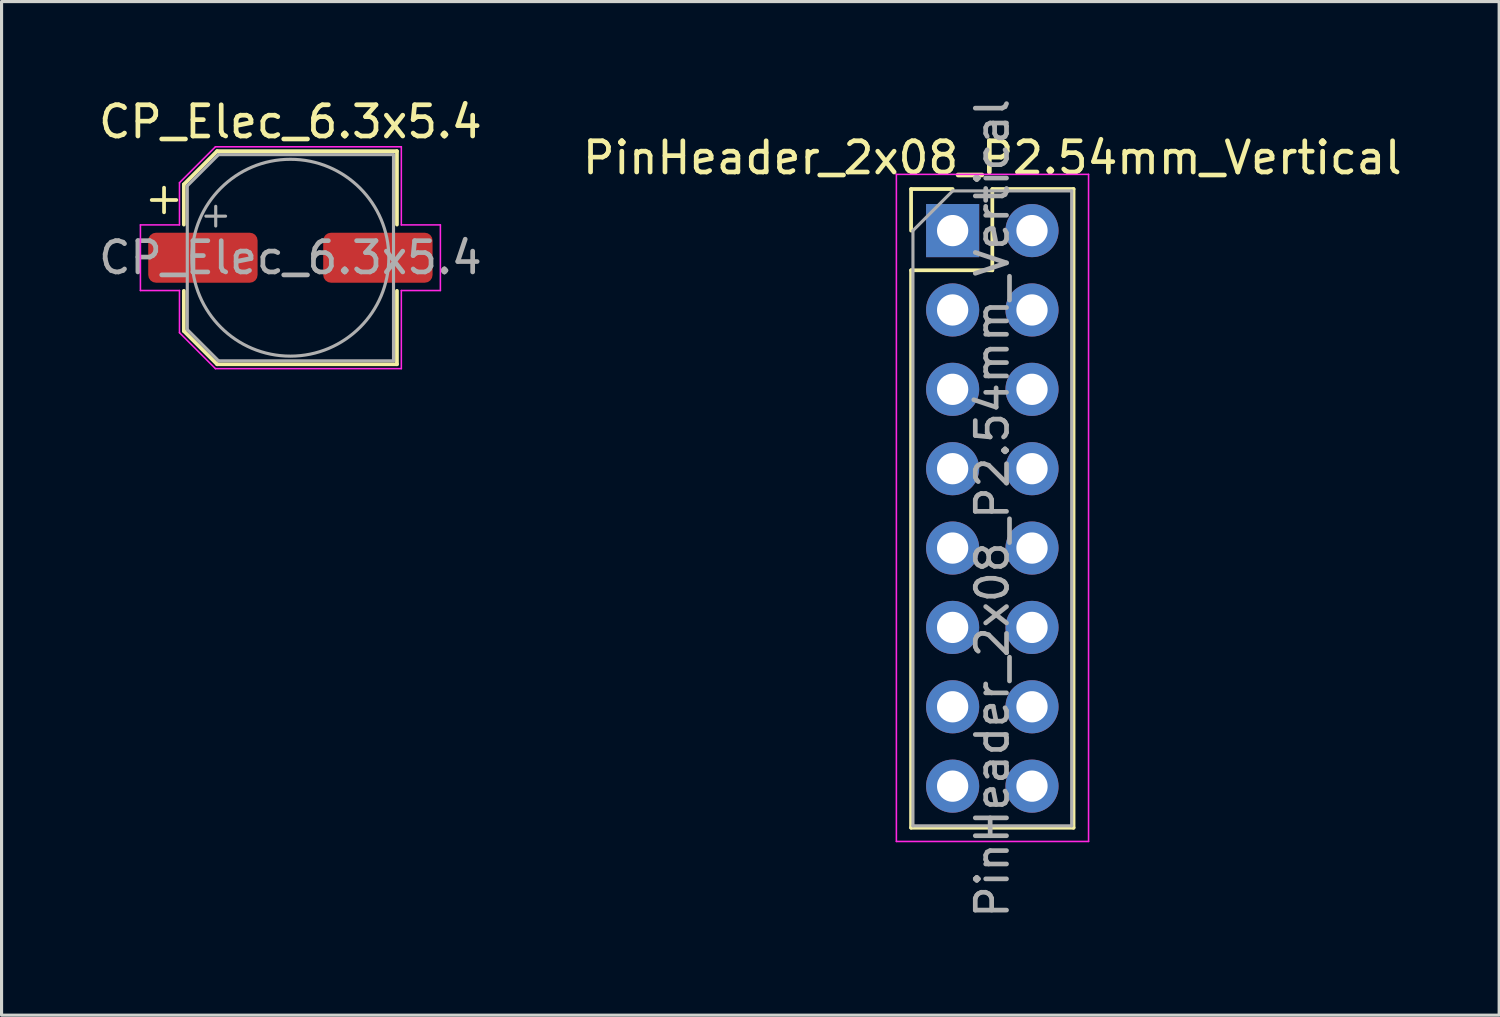
<source format=kicad_pcb>
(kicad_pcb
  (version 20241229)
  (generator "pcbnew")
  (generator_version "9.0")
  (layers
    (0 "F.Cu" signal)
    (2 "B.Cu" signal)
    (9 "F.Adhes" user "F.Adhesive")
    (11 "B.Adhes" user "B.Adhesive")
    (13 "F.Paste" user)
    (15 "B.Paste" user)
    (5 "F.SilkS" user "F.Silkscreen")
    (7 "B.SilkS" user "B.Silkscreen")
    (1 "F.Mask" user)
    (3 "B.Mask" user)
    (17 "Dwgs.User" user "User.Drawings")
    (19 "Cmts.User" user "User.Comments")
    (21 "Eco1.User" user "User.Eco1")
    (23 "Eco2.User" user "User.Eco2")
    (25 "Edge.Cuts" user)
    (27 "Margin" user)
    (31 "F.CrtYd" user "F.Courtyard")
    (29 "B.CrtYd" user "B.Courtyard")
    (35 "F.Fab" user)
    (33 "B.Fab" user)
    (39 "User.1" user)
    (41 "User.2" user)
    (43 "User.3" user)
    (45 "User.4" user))
  (footprint "PinHeader_2x08_P2.54mm_Vertical"
    (layer "F.Cu")
    (at 27.438 4.33)
    (property "Reference" "PinHeader_2x08_P2.54mm_Vertical" (at 1.27 -2.33 180) (layer "F.SilkS") (effects (font (size 1 1) (thickness 0.15))))
    (attr through_hole)
    (fp_line (start -1.33 -1.33) (end 0 -1.33) (stroke (width 0.12) (type solid)) (layer "F.SilkS"))
    (fp_line (start -1.33 0) (end -1.33 -1.33) (stroke (width 0.12) (type solid)) (layer "F.SilkS"))
    (fp_line (start -1.33 1.27) (end -1.33 19.11) (stroke (width 0.12) (type solid)) (layer "F.SilkS"))
    (fp_line (start -1.33 1.27) (end 1.27 1.27) (stroke (width 0.12) (type solid)) (layer "F.SilkS"))
    (fp_line (start -1.33 19.11) (end 3.87 19.11) (stroke (width 0.12) (type solid)) (layer "F.SilkS"))
    (fp_line (start 1.27 -1.33) (end 3.87 -1.33) (stroke (width 0.12) (type solid)) (layer "F.SilkS"))
    (fp_line (start 1.27 1.27) (end 1.27 -1.33) (stroke (width 0.12) (type solid)) (layer "F.SilkS"))
    (fp_line (start 3.87 -1.33) (end 3.87 19.11) (stroke (width 0.12) (type solid)) (layer "F.SilkS"))
    (fp_line (start -1.8 -1.8) (end -1.8 19.55) (stroke (width 0.05) (type solid)) (layer "F.CrtYd"))
    (fp_line (start -1.8 19.55) (end 4.35 19.55) (stroke (width 0.05) (type solid)) (layer "F.CrtYd"))
    (fp_line (start 4.35 -1.8) (end -1.8 -1.8) (stroke (width 0.05) (type solid)) (layer "F.CrtYd"))
    (fp_line (start 4.35 19.55) (end 4.35 -1.8) (stroke (width 0.05) (type solid)) (layer "F.CrtYd"))
    (fp_line (start -1.27 0) (end 0 -1.27) (stroke (width 0.1) (type solid)) (layer "F.Fab"))
    (fp_line (start -1.27 19.05) (end -1.27 0) (stroke (width 0.1) (type solid)) (layer "F.Fab"))
    (fp_line (start 0 -1.27) (end 3.81 -1.27) (stroke (width 0.1) (type solid)) (layer "F.Fab"))
    (fp_line (start 3.81 -1.27) (end 3.81 19.05) (stroke (width 0.1) (type solid)) (layer "F.Fab"))
    (fp_line (start 3.81 19.05) (end -1.27 19.05) (stroke (width 0.1) (type solid)) (layer "F.Fab"))
    (fp_text user "${REFERENCE}" (at 1.27 8.89 90) (layer "F.Fab") (effects (font (size 1 1) (thickness 0.15))))
    (pad "1" thru_hole rect (at 0 0) (size 1.7 1.7) (drill 1) (layers "*.Cu" "*.Mask"))
    (pad "2" thru_hole oval (at 2.54 0) (size 1.7 1.7) (drill 1) (layers "*.Cu" "*.Mask"))
    (pad "3" thru_hole oval (at 0 2.54) (size 1.7 1.7) (drill 1) (layers "*.Cu" "*.Mask"))
    (pad "4" thru_hole oval (at 2.54 2.54) (size 1.7 1.7) (drill 1) (layers "*.Cu" "*.Mask"))
    (pad "5" thru_hole oval (at 0 5.08) (size 1.7 1.7) (drill 1) (layers "*.Cu" "*.Mask"))
    (pad "6" thru_hole oval (at 2.54 5.08) (size 1.7 1.7) (drill 1) (layers "*.Cu" "*.Mask"))
    (pad "7" thru_hole oval (at 0 7.62) (size 1.7 1.7) (drill 1) (layers "*.Cu" "*.Mask"))
    (pad "8" thru_hole oval (at 2.54 7.62) (size 1.7 1.7) (drill 1) (layers "*.Cu" "*.Mask"))
    (pad "9" thru_hole oval (at 0 10.16) (size 1.7 1.7) (drill 1) (layers "*.Cu" "*.Mask"))
    (pad "10" thru_hole oval (at 2.54 10.16) (size 1.7 1.7) (drill 1) (layers "*.Cu" "*.Mask"))
    (pad "11" thru_hole oval (at 0 12.7) (size 1.7 1.7) (drill 1) (layers "*.Cu" "*.Mask"))
    (pad "12" thru_hole oval (at 2.54 12.7) (size 1.7 1.7) (drill 1) (layers "*.Cu" "*.Mask"))
    (pad "13" thru_hole oval (at 0 15.24) (size 1.7 1.7) (drill 1) (layers "*.Cu" "*.Mask"))
    (pad "14" thru_hole oval (at 2.54 15.24) (size 1.7 1.7) (drill 1) (layers "*.Cu" "*.Mask"))
    (pad "15" thru_hole oval (at 0 17.78) (size 1.7 1.7) (drill 1) (layers "*.Cu" "*.Mask"))
    (pad "16" thru_hole oval (at 2.54 17.78) (size 1.7 1.7) (drill 1) (layers "*.Cu" "*.Mask")))
  (footprint "CP_Elec_6.3x5.4"
    (layer "F.Cu")
    (at 6.244 5.198)
    (property "Reference" "CP_Elec_6.3x5.4" (at 0 -4.35 0) (layer "F.SilkS") (effects (font (size 1 1) (thickness 0.15))))
    (attr smd)
    (fp_line (start -4.438 -1.847) (end -3.65 -1.847) (stroke (width 0.12) (type solid)) (layer "F.SilkS"))
    (fp_line (start -4.044 -2.241) (end -4.044 -1.454) (stroke (width 0.12) (type solid)) (layer "F.SilkS"))
    (fp_line (start -3.41 -2.346) (end -3.41 -1.06) (stroke (width 0.12) (type solid)) (layer "F.SilkS"))
    (fp_line (start -3.41 -2.346) (end -2.346 -3.41) (stroke (width 0.12) (type solid)) (layer "F.SilkS"))
    (fp_line (start -3.41 2.346) (end -3.41 1.06) (stroke (width 0.12) (type solid)) (layer "F.SilkS"))
    (fp_line (start -3.41 2.346) (end -2.346 3.41) (stroke (width 0.12) (type solid)) (layer "F.SilkS"))
    (fp_line (start -2.346 -3.41) (end 3.41 -3.41) (stroke (width 0.12) (type solid)) (layer "F.SilkS"))
    (fp_line (start -2.346 3.41) (end 3.41 3.41) (stroke (width 0.12) (type solid)) (layer "F.SilkS"))
    (fp_line (start 3.41 -3.41) (end 3.41 -1.06) (stroke (width 0.12) (type solid)) (layer "F.SilkS"))
    (fp_line (start 3.41 3.41) (end 3.41 1.06) (stroke (width 0.12) (type solid)) (layer "F.SilkS"))
    (fp_line (start -4.8 -1.05) (end -4.8 1.05) (stroke (width 0.05) (type solid)) (layer "F.CrtYd"))
    (fp_line (start -4.8 1.05) (end -3.55 1.05) (stroke (width 0.05) (type solid)) (layer "F.CrtYd"))
    (fp_line (start -3.55 -2.4) (end -3.55 -1.05) (stroke (width 0.05) (type solid)) (layer "F.CrtYd"))
    (fp_line (start -3.55 -2.4) (end -2.4 -3.55) (stroke (width 0.05) (type solid)) (layer "F.CrtYd"))
    (fp_line (start -3.55 -1.05) (end -4.8 -1.05) (stroke (width 0.05) (type solid)) (layer "F.CrtYd"))
    (fp_line (start -3.55 1.05) (end -3.55 2.4) (stroke (width 0.05) (type solid)) (layer "F.CrtYd"))
    (fp_line (start -3.55 2.4) (end -2.4 3.55) (stroke (width 0.05) (type solid)) (layer "F.CrtYd"))
    (fp_line (start -2.4 -3.55) (end 3.55 -3.55) (stroke (width 0.05) (type solid)) (layer "F.CrtYd"))
    (fp_line (start -2.4 3.55) (end 3.55 3.55) (stroke (width 0.05) (type solid)) (layer "F.CrtYd"))
    (fp_line (start 3.55 -3.55) (end 3.55 -1.05) (stroke (width 0.05) (type solid)) (layer "F.CrtYd"))
    (fp_line (start 3.55 -1.05) (end 4.8 -1.05) (stroke (width 0.05) (type solid)) (layer "F.CrtYd"))
    (fp_line (start 3.55 1.05) (end 3.55 3.55) (stroke (width 0.05) (type solid)) (layer "F.CrtYd"))
    (fp_line (start 4.8 -1.05) (end 4.8 1.05) (stroke (width 0.05) (type solid)) (layer "F.CrtYd"))
    (fp_line (start 4.8 1.05) (end 3.55 1.05) (stroke (width 0.05) (type solid)) (layer "F.CrtYd"))
    (fp_line (start -3.3 -2.3) (end -3.3 2.3) (stroke (width 0.1) (type solid)) (layer "F.Fab"))
    (fp_line (start -3.3 -2.3) (end -2.3 -3.3) (stroke (width 0.1) (type solid)) (layer "F.Fab"))
    (fp_line (start -3.3 2.3) (end -2.3 3.3) (stroke (width 0.1) (type solid)) (layer "F.Fab"))
    (fp_line (start -2.705 -1.33) (end -2.075 -1.33) (stroke (width 0.1) (type solid)) (layer "F.Fab"))
    (fp_line (start -2.39 -1.645) (end -2.39 -1.015) (stroke (width 0.1) (type solid)) (layer "F.Fab"))
    (fp_line (start -2.3 -3.3) (end 3.3 -3.3) (stroke (width 0.1) (type solid)) (layer "F.Fab"))
    (fp_line (start -2.3 3.3) (end 3.3 3.3) (stroke (width 0.1) (type solid)) (layer "F.Fab"))
    (fp_line (start 3.3 -3.3) (end 3.3 3.3) (stroke (width 0.1) (type solid)) (layer "F.Fab"))
    (fp_circle (center 0 0) (end 3.15 0) (stroke (width 0.1) (type solid)) (fill no) (layer "F.Fab"))
    (fp_text user "${REFERENCE}" (at 0 0 0) (layer "F.Fab") (effects (font (size 1 1) (thickness 0.15))))
    (pad "1" smd roundrect (at -2.8 0) (size 3.5 1.6) (layers "F.Cu" "F.Mask" "F.Paste") (roundrect_rratio 0.156))
    (pad "2" smd roundrect (at 2.8 0) (size 3.5 1.6) (layers "F.Cu" "F.Mask" "F.Paste") (roundrect_rratio 0.156)))
  (gr_rect
    (start -3 -3)
    (end 44.929 29.44)
    (stroke (width 0.1) (type default))
    (fill no)
    (layer "Edge.Cuts")))
</source>
